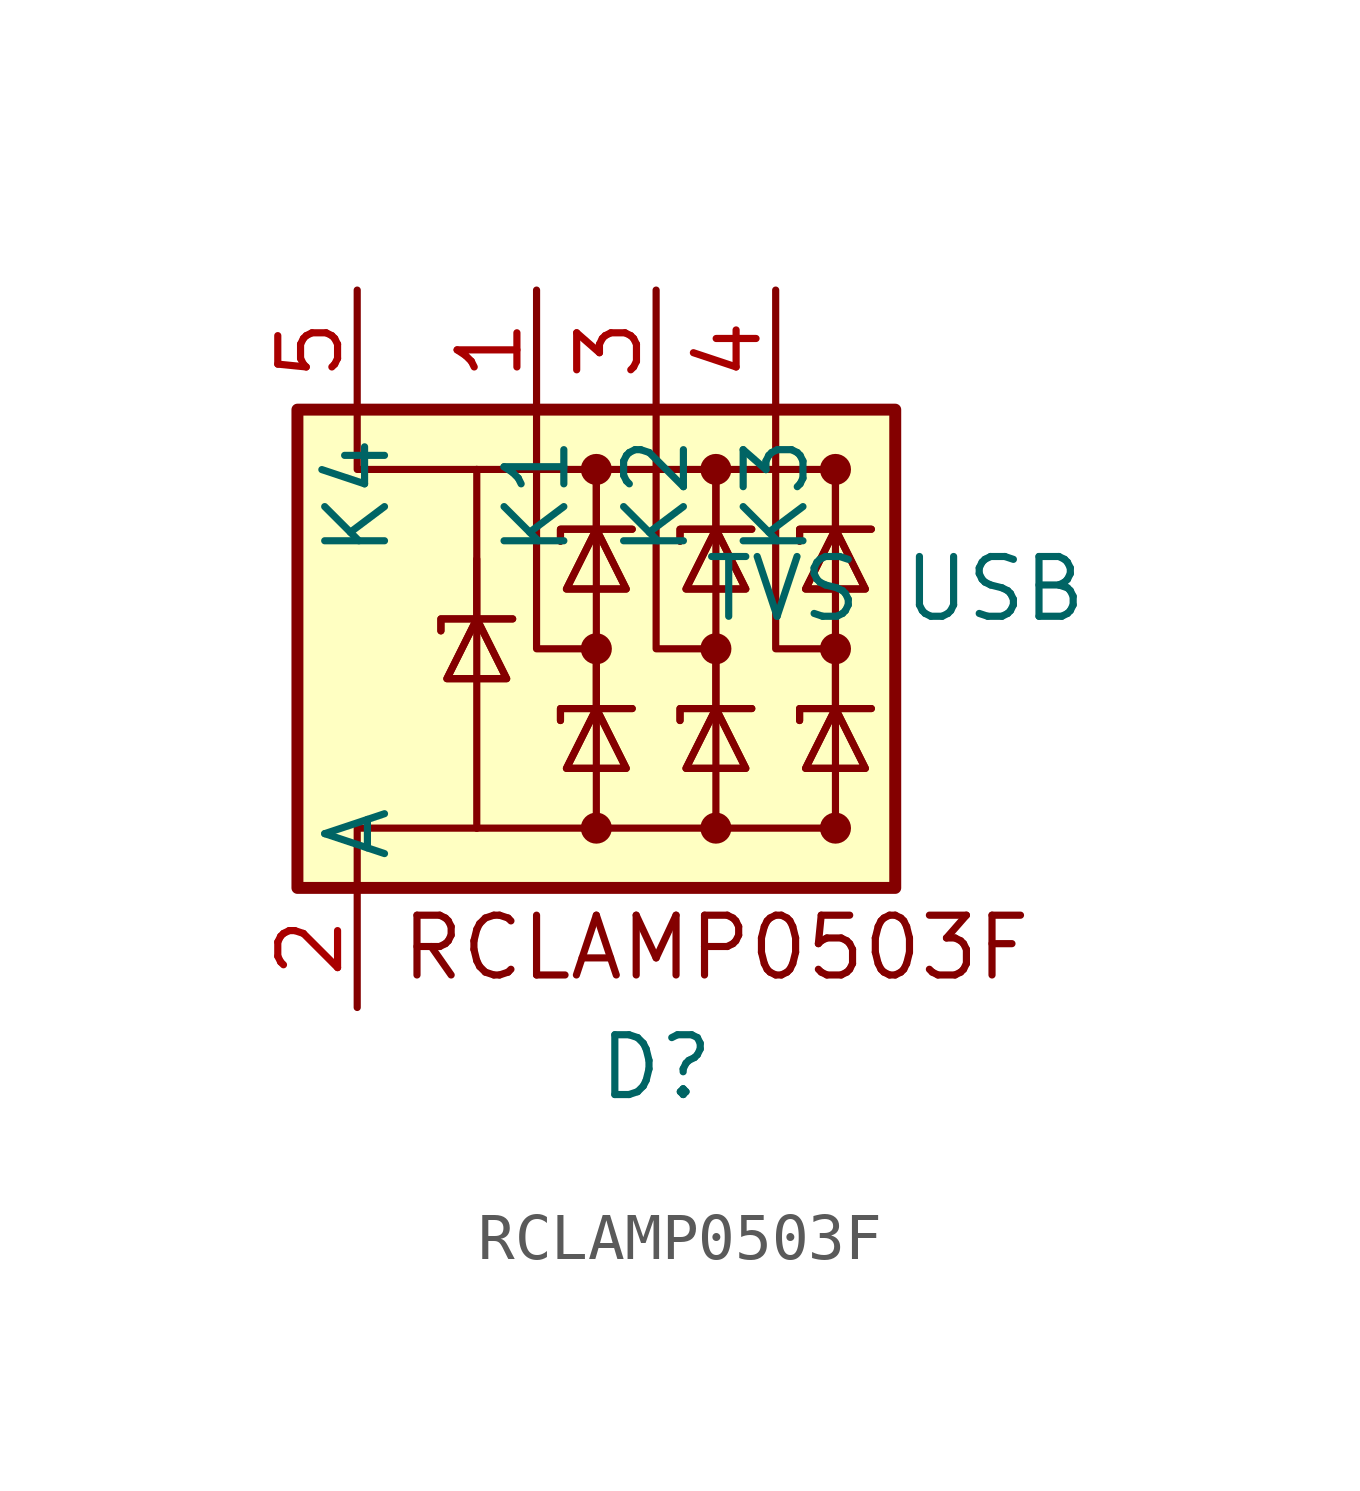
<source format=kicad_sym>
(kicad_symbol_lib
  (version 20220914)
  (generator kicad_symbol_editor)
  (symbol "RCLAMP0503F"
    (property "Reference" "D"
      (at -5.08 -10.16 0)
      (effects (font (size 1.27 1.27))))
    (property "Value" "TVS USB"
      (at 0 0 0)
      (effects (font (size 1.27 1.27))))
    (symbol "RCLAMP0503F_0_0"
      (text "RCLAMP0503F" (at -3.81 -7.62 0) (effects (font (size 1.27 1.27)))))
    (symbol "RCLAMP0503F_0_1"
      (rectangle (start -12.7 3.81) (end 0 -6.35) (stroke (width 0.254) (type default)) (fill (type background)))
      (circle (center -6.35 -5.08) (radius 0.254) (stroke (width 0) (type default)) (fill (type outline)))
      (circle (center -6.35 -1.27) (radius 0.254) (stroke (width 0) (type default)) (fill (type outline)))
      (circle (center -6.35 2.54) (radius 0.254) (stroke (width 0) (type default)) (fill (type outline)))
      (circle (center -3.81 -5.08) (radius 0.254) (stroke (width 0) (type default)) (fill (type outline)))
      (circle (center -3.81 -1.27) (radius 0.254) (stroke (width 0) (type default)) (fill (type outline)))
      (circle (center -3.81 2.54) (radius 0.254) (stroke (width 0) (type default)) (fill (type outline)))
      (circle (center -1.27 -5.08) (radius 0.254) (stroke (width 0) (type default)) (fill (type outline)))
      (circle (center -1.27 -1.27) (radius 0.254) (stroke (width 0) (type default)) (fill (type outline)))
      (circle (center -1.27 2.54) (radius 0.254) (stroke (width 0) (type default)) (fill (type outline)))
      (polyline (pts (xy -8.89 -0.635) (xy -8.89 -5.08)) (stroke (width 0) (type default)) (fill (type none)))
      (polyline (pts (xy -8.89 0.635) (xy -8.89 -0.635)) (stroke (width 0) (type default)) (fill (type none)))
      (polyline (pts (xy -8.89 2.54) (xy -8.89 -0.635)) (stroke (width 0) (type default)) (fill (type none)))
      (polyline (pts (xy -6.35 -5.08) (xy -8.89 -5.08)) (stroke (width 0) (type default)) (fill (type none)))
      (polyline (pts (xy -6.35 -1.27) (xy -6.35 -2.54)) (stroke (width 0) (type default)) (fill (type none)))
      (polyline (pts (xy -6.35 1.27) (xy -6.35 -2.54)) (stroke (width 0) (type default)) (fill (type none)))
      (polyline (pts (xy -6.35 2.54) (xy -6.35 1.27)) (stroke (width 0) (type default)) (fill (type none)))
      (polyline (pts (xy -6.35 2.54) (xy -6.35 1.27)) (stroke (width 0) (type default)) (fill (type none)))
      (polyline (pts (xy -3.81 -1.27) (xy -3.81 -2.54)) (stroke (width 0) (type default)) (fill (type none)))
      (polyline (pts (xy -3.81 1.27) (xy -3.81 -2.54)) (stroke (width 0) (type default)) (fill (type none)))
      (polyline (pts (xy -3.81 2.54) (xy -3.81 1.27)) (stroke (width 0) (type default)) (fill (type none)))
      (polyline (pts (xy -3.81 2.54) (xy -3.81 1.27)) (stroke (width 0) (type default)) (fill (type none)))
      (polyline (pts (xy -1.27 -2.54) (xy -1.27 -5.08)) (stroke (width 0) (type default)) (fill (type none)))
      (polyline (pts (xy -1.27 -1.27) (xy -1.27 -2.54)) (stroke (width 0) (type default)) (fill (type none)))
      (polyline (pts (xy -1.27 1.27) (xy -1.27 -2.54)) (stroke (width 0) (type default)) (fill (type none)))
      (polyline (pts (xy -1.27 2.54) (xy -8.89 2.54)) (stroke (width 0) (type default)) (fill (type none)))
      (polyline (pts (xy -1.27 2.54) (xy -1.27 1.27)) (stroke (width 0) (type default)) (fill (type none)))
      (polyline (pts (xy -1.27 2.54) (xy -1.27 1.27)) (stroke (width 0) (type default)) (fill (type none)))
      (polyline (pts (xy -8.89 -5.08) (xy -11.43 -5.08) (xy -11.43 -6.35)) (stroke (width 0) (type default)) (fill (type none)))
      (polyline (pts (xy -8.89 2.54) (xy -11.43 2.54) (xy -11.43 3.81)) (stroke (width 0) (type default)) (fill (type none)))
      (polyline (pts (xy -7.62 3.81) (xy -7.62 -1.27) (xy -6.35 -1.27)) (stroke (width 0) (type default)) (fill (type none)))
      (polyline (pts (xy -6.35 -2.54) (xy -6.35 -5.08) (xy -3.81 -5.08)) (stroke (width 0) (type default)) (fill (type none)))
      (polyline (pts (xy -5.08 3.81) (xy -5.08 -1.27) (xy -3.81 -1.27)) (stroke (width 0) (type default)) (fill (type none)))
      (polyline (pts (xy -3.81 -2.54) (xy -3.81 -5.08) (xy -1.27 -5.08)) (stroke (width 0) (type default)) (fill (type none)))
      (polyline (pts (xy -2.54 3.81) (xy -2.54 -1.27) (xy -1.27 -1.27)) (stroke (width 0) (type default)) (fill (type none)))
      (polyline (pts (xy -9.652 -0.889) (xy -9.652 -0.635) (xy -8.255 -0.635) (xy -8.128 -0.635)) (stroke (width 0) (type default)) (fill (type none)))
      (polyline (pts (xy -9.652 -0.889) (xy -9.652 -0.635) (xy -8.255 -0.635) (xy -8.128 -0.635)) (stroke (width 0) (type default)) (fill (type none)))
      (polyline (pts (xy -8.89 -0.635) (xy -8.255 -1.905) (xy -9.525 -1.905) (xy -8.89 -0.635)) (stroke (width 0) (type default)) (fill (type none)))
      (polyline (pts (xy -8.89 -0.635) (xy -8.255 -1.905) (xy -9.525 -1.905) (xy -8.89 -0.635)) (stroke (width 0) (type default)) (fill (type none)))
      (polyline (pts (xy -7.112 -2.794) (xy -7.112 -2.54) (xy -5.715 -2.54) (xy -5.588 -2.54)) (stroke (width 0) (type default)) (fill (type none)))
      (polyline (pts (xy -7.112 -2.794) (xy -7.112 -2.54) (xy -5.715 -2.54) (xy -5.588 -2.54)) (stroke (width 0) (type default)) (fill (type none)))
      (polyline (pts (xy -7.112 1.016) (xy -7.112 1.27) (xy -5.715 1.27) (xy -5.588 1.27)) (stroke (width 0) (type default)) (fill (type none)))
      (polyline (pts (xy -7.112 1.016) (xy -7.112 1.27) (xy -5.715 1.27) (xy -5.588 1.27)) (stroke (width 0) (type default)) (fill (type none)))
      (polyline (pts (xy -6.35 -2.54) (xy -5.715 -3.81) (xy -6.985 -3.81) (xy -6.35 -2.54)) (stroke (width 0) (type default)) (fill (type none)))
      (polyline (pts (xy -6.35 -2.54) (xy -5.715 -3.81) (xy -6.985 -3.81) (xy -6.35 -2.54)) (stroke (width 0) (type default)) (fill (type none)))
      (polyline (pts (xy -6.35 1.27) (xy -5.715 0) (xy -6.985 0) (xy -6.35 1.27)) (stroke (width 0) (type default)) (fill (type none)))
      (polyline (pts (xy -6.35 1.27) (xy -5.715 0) (xy -6.985 0) (xy -6.35 1.27)) (stroke (width 0) (type default)) (fill (type none)))
      (polyline (pts (xy -4.572 -2.794) (xy -4.572 -2.54) (xy -3.175 -2.54) (xy -3.048 -2.54)) (stroke (width 0) (type default)) (fill (type none)))
      (polyline (pts (xy -4.572 -2.794) (xy -4.572 -2.54) (xy -3.175 -2.54) (xy -3.048 -2.54)) (stroke (width 0) (type default)) (fill (type none)))
      (polyline (pts (xy -4.572 1.016) (xy -4.572 1.27) (xy -3.175 1.27) (xy -3.048 1.27)) (stroke (width 0) (type default)) (fill (type none)))
      (polyline (pts (xy -4.572 1.016) (xy -4.572 1.27) (xy -3.175 1.27) (xy -3.048 1.27)) (stroke (width 0) (type default)) (fill (type none)))
      (polyline (pts (xy -3.81 -2.54) (xy -3.175 -3.81) (xy -4.445 -3.81) (xy -3.81 -2.54)) (stroke (width 0) (type default)) (fill (type none)))
      (polyline (pts (xy -3.81 -2.54) (xy -3.175 -3.81) (xy -4.445 -3.81) (xy -3.81 -2.54)) (stroke (width 0) (type default)) (fill (type none)))
      (polyline (pts (xy -3.81 1.27) (xy -3.175 0) (xy -4.445 0) (xy -3.81 1.27)) (stroke (width 0) (type default)) (fill (type none)))
      (polyline (pts (xy -3.81 1.27) (xy -3.175 0) (xy -4.445 0) (xy -3.81 1.27)) (stroke (width 0) (type default)) (fill (type none)))
      (polyline (pts (xy -2.032 -2.794) (xy -2.032 -2.54) (xy -0.635 -2.54) (xy -0.508 -2.54)) (stroke (width 0) (type default)) (fill (type none)))
      (polyline (pts (xy -2.032 -2.794) (xy -2.032 -2.54) (xy -0.635 -2.54) (xy -0.508 -2.54)) (stroke (width 0) (type default)) (fill (type none)))
      (polyline (pts (xy -2.032 1.016) (xy -2.032 1.27) (xy -0.635 1.27) (xy -0.508 1.27)) (stroke (width 0) (type default)) (fill (type none)))
      (polyline (pts (xy -2.032 1.016) (xy -2.032 1.27) (xy -0.635 1.27) (xy -0.508 1.27)) (stroke (width 0) (type default)) (fill (type none)))
      (polyline (pts (xy -1.27 -2.54) (xy -0.635 -3.81) (xy -1.905 -3.81) (xy -1.27 -2.54)) (stroke (width 0) (type default)) (fill (type none)))
      (polyline (pts (xy -1.27 -2.54) (xy -0.635 -3.81) (xy -1.905 -3.81) (xy -1.27 -2.54)) (stroke (width 0) (type default)) (fill (type none)))
      (polyline (pts (xy -1.27 1.27) (xy -0.635 0) (xy -1.905 0) (xy -1.27 1.27)) (stroke (width 0) (type default)) (fill (type none)))
      (polyline (pts (xy -1.27 1.27) (xy -0.635 0) (xy -1.905 0) (xy -1.27 1.27)) (stroke (width 0) (type default)) (fill (type none))))
    (symbol "RCLAMP0503F_1_0"
      (pin passive line (at -11.43 -8.89 90) (length 2.54) (name "A" (effects (font (size 1.27 1.27)))) (number "2" (effects (font (size 1.27 1.27))))))
    (symbol "RCLAMP0503F_1_1"
      (pin passive line (at -7.62 6.35 270) (length 2.54) (name "K1" (effects (font (size 1.27 1.27)))) (number "1" (effects (font (size 1.27 1.27)))))
      (pin passive line (at -5.08 6.35 270) (length 2.54) (name "K2" (effects (font (size 1.27 1.27)))) (number "3" (effects (font (size 1.27 1.27)))))
      (pin passive line (at -2.54 6.35 270) (length 2.54) (name "K3" (effects (font (size 1.27 1.27)))) (number "4" (effects (font (size 1.27 1.27)))))
      (pin passive line (at -11.43 6.35 270) (length 2.54) (name "K4" (effects (font (size 1.27 1.27)))) (number "5" (effects (font (size 1.27 1.27))))))))
</source>
